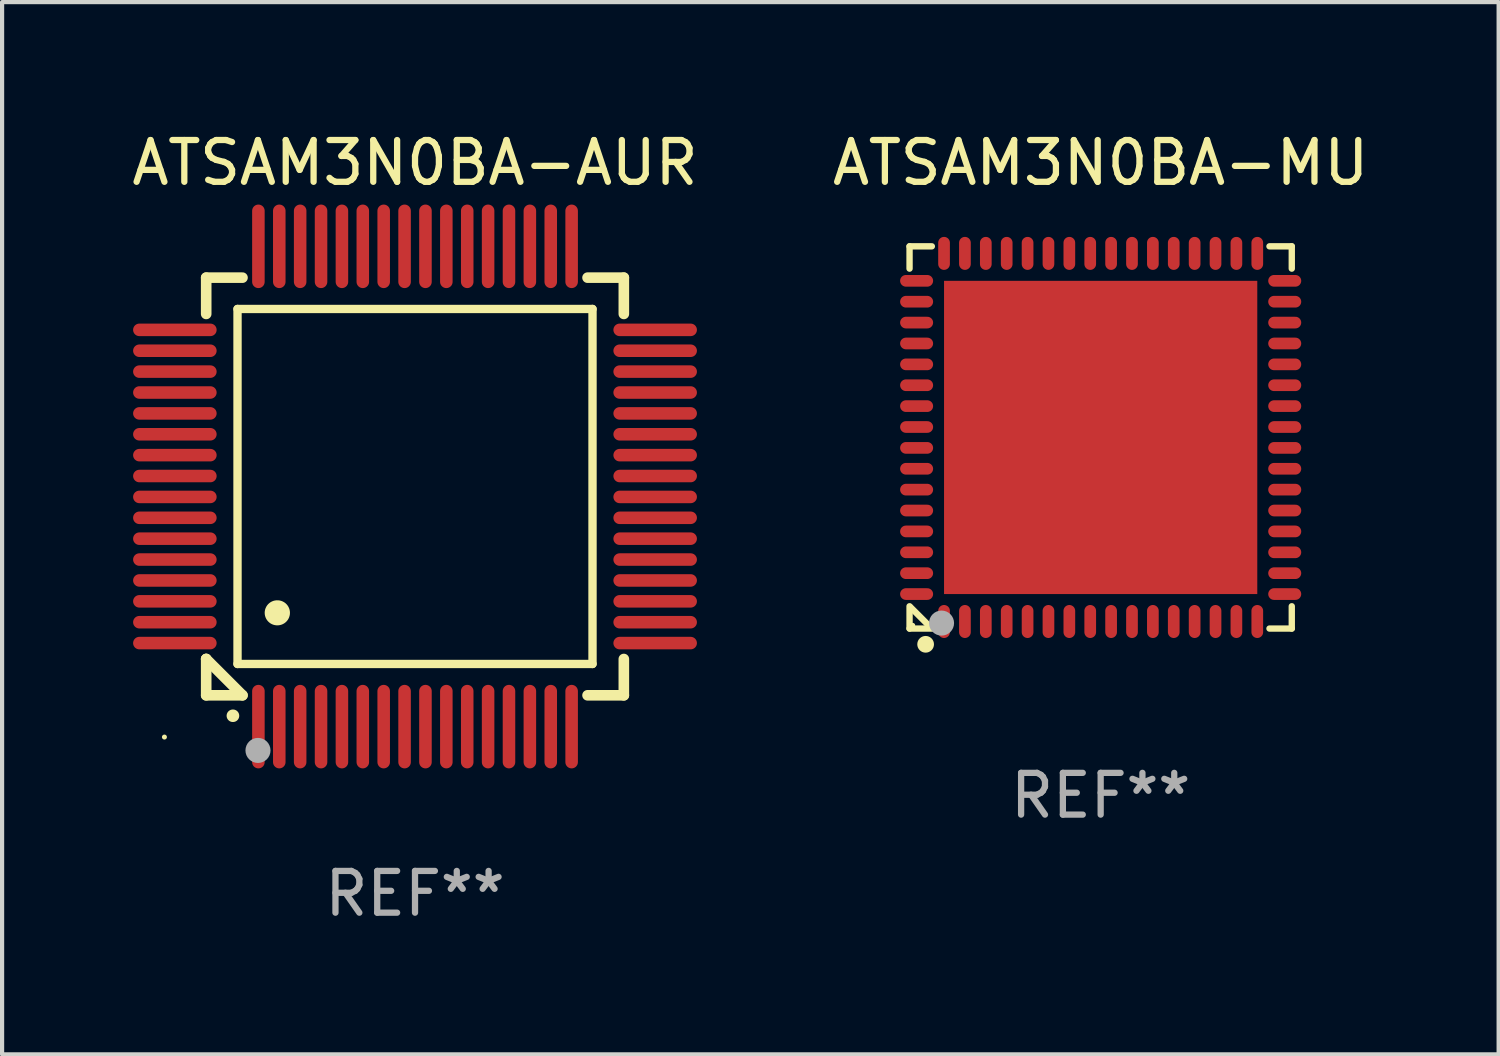
<source format=kicad_pcb>
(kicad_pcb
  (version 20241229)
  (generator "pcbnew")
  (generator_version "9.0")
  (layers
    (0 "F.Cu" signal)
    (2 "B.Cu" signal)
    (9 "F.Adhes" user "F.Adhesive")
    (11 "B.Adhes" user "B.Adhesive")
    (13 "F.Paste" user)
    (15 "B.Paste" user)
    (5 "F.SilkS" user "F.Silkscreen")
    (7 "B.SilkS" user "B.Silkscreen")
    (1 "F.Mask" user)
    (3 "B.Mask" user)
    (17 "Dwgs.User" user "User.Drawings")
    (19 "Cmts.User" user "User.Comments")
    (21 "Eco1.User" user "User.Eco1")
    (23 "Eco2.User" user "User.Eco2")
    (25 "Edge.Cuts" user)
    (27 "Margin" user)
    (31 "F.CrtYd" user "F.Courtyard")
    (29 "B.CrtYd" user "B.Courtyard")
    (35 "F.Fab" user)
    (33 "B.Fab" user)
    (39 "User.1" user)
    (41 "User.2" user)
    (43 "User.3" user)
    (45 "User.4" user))
  (footprint "ATSAM3N0BA-AUR"
    (layer "F.Cu")
    (at 6.887 8.598)
    (property "Reference" "ATSAM3N0BA-AUR" (at 0 -7.75 0) (layer "F.SilkS") (effects (font (size 1 1) (thickness 0.15))))
    (attr through_hole)
    (fp_line (start -5 -5) (end -4.131 -5) (stroke (width 0.254) (type solid)) (layer "F.SilkS"))
    (fp_line (start -5 -4.131) (end -5 -5) (stroke (width 0.254) (type solid)) (layer "F.SilkS"))
    (fp_line (start -5 4.131) (end -5 4.131) (stroke (width 0.254) (type solid)) (layer "F.SilkS"))
    (fp_line (start -5 5) (end -5 4.131) (stroke (width 0.254) (type solid)) (layer "F.SilkS"))
    (fp_line (start -5 4.131) (end -4.131 5) (stroke (width 0.254) (type solid)) (layer "F.SilkS"))
    (fp_line (start -4.25 -4.25) (end -4.25 4.25) (stroke (width 0.2) (type solid)) (layer "F.SilkS"))
    (fp_line (start -4.25 4.25) (end 4.25 4.25) (stroke (width 0.2) (type solid)) (layer "F.SilkS"))
    (fp_line (start -4.131 5) (end -5 5) (stroke (width 0.254) (type solid)) (layer "F.SilkS"))
    (fp_line (start 4.25 -4.25) (end -4.25 -4.25) (stroke (width 0.2) (type solid)) (layer "F.SilkS"))
    (fp_line (start 4.25 4.25) (end 4.25 -4.25) (stroke (width 0.2) (type solid)) (layer "F.SilkS"))
    (fp_line (start 5 -5) (end 4.131 -5) (stroke (width 0.254) (type solid)) (layer "F.SilkS"))
    (fp_line (start 5 -5) (end 5 -4.131) (stroke (width 0.254) (type solid)) (layer "F.SilkS"))
    (fp_line (start 5 4.131) (end 5 5) (stroke (width 0.254) (type solid)) (layer "F.SilkS"))
    (fp_line (start 5 5) (end 4.131 5) (stroke (width 0.254) (type solid)) (layer "F.SilkS"))
    (fp_arc (start -4.361265 5.489992) (mid -4.359995 5.489987) (end -4.358725 5.489992) (stroke (width 0.3) (type solid)) (layer "F.SilkS"))
    (fp_arc (start -3.299467 3.025146) (mid -3.296927 3.025135) (end -3.294387 3.025146) (stroke (width 0.6) (type solid)) (layer "F.SilkS"))
    (fp_circle (center -6 6) (end -5.97 6) (stroke (width 0.06) (type solid)) (fill no) (layer "F.SilkS"))
    (fp_circle (center -3.76 6.32) (end -3.61 6.32) (stroke (width 0.3) (type solid)) (fill no) (layer "F.Fab"))
    (fp_text user "REF**" (at 0 9.75 0) (layer "F.Fab") (effects (font (size 1 1) (thickness 0.15))))
    (pad "1" smd oval (at -3.75 5.75) (size 0.3 2) (layers "F.Cu" "F.Mask" "F.Paste"))
    (pad "2" smd oval (at -3.25 5.75) (size 0.3 2) (layers "F.Cu" "F.Mask" "F.Paste"))
    (pad "3" smd oval (at -2.75 5.75) (size 0.3 2) (layers "F.Cu" "F.Mask" "F.Paste"))
    (pad "4" smd oval (at -2.25 5.75) (size 0.3 2) (layers "F.Cu" "F.Mask" "F.Paste"))
    (pad "5" smd oval (at -1.75 5.75) (size 0.3 2) (layers "F.Cu" "F.Mask" "F.Paste"))
    (pad "6" smd oval (at -1.25 5.75) (size 0.3 2) (layers "F.Cu" "F.Mask" "F.Paste"))
    (pad "7" smd oval (at -0.75 5.75) (size 0.3 2) (layers "F.Cu" "F.Mask" "F.Paste"))
    (pad "8" smd oval (at -0.25 5.75) (size 0.3 2) (layers "F.Cu" "F.Mask" "F.Paste"))
    (pad "9" smd oval (at 0.25 5.75) (size 0.3 2) (layers "F.Cu" "F.Mask" "F.Paste"))
    (pad "10" smd oval (at 0.75 5.75) (size 0.3 2) (layers "F.Cu" "F.Mask" "F.Paste"))
    (pad "11" smd oval (at 1.25 5.75) (size 0.3 2) (layers "F.Cu" "F.Mask" "F.Paste"))
    (pad "12" smd oval (at 1.75 5.75) (size 0.3 2) (layers "F.Cu" "F.Mask" "F.Paste"))
    (pad "13" smd oval (at 2.25 5.75) (size 0.3 2) (layers "F.Cu" "F.Mask" "F.Paste"))
    (pad "14" smd oval (at 2.75 5.75) (size 0.3 2) (layers "F.Cu" "F.Mask" "F.Paste"))
    (pad "15" smd oval (at 3.25 5.75) (size 0.3 2) (layers "F.Cu" "F.Mask" "F.Paste"))
    (pad "16" smd oval (at 3.75 5.75) (size 0.3 2) (layers "F.Cu" "F.Mask" "F.Paste"))
    (pad "17" smd oval (at 5.75 3.75) (size 2 0.3) (layers "F.Cu" "F.Mask" "F.Paste"))
    (pad "18" smd oval (at 5.75 3.25) (size 2 0.3) (layers "F.Cu" "F.Mask" "F.Paste"))
    (pad "19" smd oval (at 5.75 2.75) (size 2 0.3) (layers "F.Cu" "F.Mask" "F.Paste"))
    (pad "20" smd oval (at 5.75 2.25) (size 2 0.3) (layers "F.Cu" "F.Mask" "F.Paste"))
    (pad "21" smd oval (at 5.75 1.75) (size 2 0.3) (layers "F.Cu" "F.Mask" "F.Paste"))
    (pad "22" smd oval (at 5.75 1.25) (size 2 0.3) (layers "F.Cu" "F.Mask" "F.Paste"))
    (pad "23" smd oval (at 5.75 0.75) (size 2 0.3) (layers "F.Cu" "F.Mask" "F.Paste"))
    (pad "24" smd oval (at 5.75 0.25) (size 2 0.3) (layers "F.Cu" "F.Mask" "F.Paste"))
    (pad "25" smd oval (at 5.75 -0.25) (size 2 0.3) (layers "F.Cu" "F.Mask" "F.Paste"))
    (pad "26" smd oval (at 5.75 -0.75) (size 2 0.3) (layers "F.Cu" "F.Mask" "F.Paste"))
    (pad "27" smd oval (at 5.75 -1.25) (size 2 0.3) (layers "F.Cu" "F.Mask" "F.Paste"))
    (pad "28" smd oval (at 5.75 -1.75) (size 2 0.3) (layers "F.Cu" "F.Mask" "F.Paste"))
    (pad "29" smd oval (at 5.75 -2.25) (size 2 0.3) (layers "F.Cu" "F.Mask" "F.Paste"))
    (pad "30" smd oval (at 5.75 -2.75) (size 2 0.3) (layers "F.Cu" "F.Mask" "F.Paste"))
    (pad "31" smd oval (at 5.75 -3.25) (size 2 0.3) (layers "F.Cu" "F.Mask" "F.Paste"))
    (pad "32" smd oval (at 5.75 -3.75) (size 2 0.3) (layers "F.Cu" "F.Mask" "F.Paste"))
    (pad "33" smd oval (at 3.75 -5.75) (size 0.3 2) (layers "F.Cu" "F.Mask" "F.Paste"))
    (pad "34" smd oval (at 3.25 -5.75) (size 0.3 2) (layers "F.Cu" "F.Mask" "F.Paste"))
    (pad "35" smd oval (at 2.75 -5.75) (size 0.3 2) (layers "F.Cu" "F.Mask" "F.Paste"))
    (pad "36" smd oval (at 2.25 -5.75) (size 0.3 2) (layers "F.Cu" "F.Mask" "F.Paste"))
    (pad "37" smd oval (at 1.75 -5.75) (size 0.3 2) (layers "F.Cu" "F.Mask" "F.Paste"))
    (pad "38" smd oval (at 1.25 -5.75) (size 0.3 2) (layers "F.Cu" "F.Mask" "F.Paste"))
    (pad "39" smd oval (at 0.75 -5.75) (size 0.3 2) (layers "F.Cu" "F.Mask" "F.Paste"))
    (pad "40" smd oval (at 0.25 -5.75) (size 0.3 2) (layers "F.Cu" "F.Mask" "F.Paste"))
    (pad "41" smd oval (at -0.25 -5.75) (size 0.3 2) (layers "F.Cu" "F.Mask" "F.Paste"))
    (pad "42" smd oval (at -0.75 -5.75) (size 0.3 2) (layers "F.Cu" "F.Mask" "F.Paste"))
    (pad "43" smd oval (at -1.25 -5.75) (size 0.3 2) (layers "F.Cu" "F.Mask" "F.Paste"))
    (pad "44" smd oval (at -1.75 -5.75) (size 0.3 2) (layers "F.Cu" "F.Mask" "F.Paste"))
    (pad "45" smd oval (at -2.25 -5.75) (size 0.3 2) (layers "F.Cu" "F.Mask" "F.Paste"))
    (pad "46" smd oval (at -2.75 -5.75) (size 0.3 2) (layers "F.Cu" "F.Mask" "F.Paste"))
    (pad "47" smd oval (at -3.25 -5.75) (size 0.3 2) (layers "F.Cu" "F.Mask" "F.Paste"))
    (pad "48" smd oval (at -3.75 -5.75) (size 0.3 2) (layers "F.Cu" "F.Mask" "F.Paste"))
    (pad "49" smd oval (at -5.75 -3.75) (size 2 0.3) (layers "F.Cu" "F.Mask" "F.Paste"))
    (pad "50" smd oval (at -5.75 -3.25) (size 2 0.3) (layers "F.Cu" "F.Mask" "F.Paste"))
    (pad "51" smd oval (at -5.75 -2.75) (size 2 0.3) (layers "F.Cu" "F.Mask" "F.Paste"))
    (pad "52" smd oval (at -5.75 -2.25) (size 2 0.3) (layers "F.Cu" "F.Mask" "F.Paste"))
    (pad "53" smd oval (at -5.75 -1.75) (size 2 0.3) (layers "F.Cu" "F.Mask" "F.Paste"))
    (pad "54" smd oval (at -5.75 -1.25) (size 2 0.3) (layers "F.Cu" "F.Mask" "F.Paste"))
    (pad "55" smd oval (at -5.75 -0.75) (size 2 0.3) (layers "F.Cu" "F.Mask" "F.Paste"))
    (pad "56" smd oval (at -5.75 -0.25) (size 2 0.3) (layers "F.Cu" "F.Mask" "F.Paste"))
    (pad "57" smd oval (at -5.75 0.25) (size 2 0.3) (layers "F.Cu" "F.Mask" "F.Paste"))
    (pad "58" smd oval (at -5.75 0.75) (size 2 0.3) (layers "F.Cu" "F.Mask" "F.Paste"))
    (pad "59" smd oval (at -5.75 1.25) (size 2 0.3) (layers "F.Cu" "F.Mask" "F.Paste"))
    (pad "60" smd oval (at -5.75 1.75) (size 2 0.3) (layers "F.Cu" "F.Mask" "F.Paste"))
    (pad "61" smd oval (at -5.75 2.25) (size 2 0.3) (layers "F.Cu" "F.Mask" "F.Paste"))
    (pad "62" smd oval (at -5.75 2.75) (size 2 0.3) (layers "F.Cu" "F.Mask" "F.Paste"))
    (pad "63" smd oval (at -5.75 3.25) (size 2 0.3) (layers "F.Cu" "F.Mask" "F.Paste"))
    (pad "64" smd oval (at -5.75 3.75) (size 2 0.3) (layers "F.Cu" "F.Mask" "F.Paste")))
  (footprint "ATSAM3N0BA-MU"
    (layer "F.Cu")
    (at 23.304 7.424)
    (property "Reference" "ATSAM3N0BA-MU" (at 0 -6.576 0) (layer "F.SilkS") (effects (font (size 1 1) (thickness 0.15))))
    (attr through_hole)
    (fp_line (start -4.576 -4.576) (end -4.576 -4.042) (stroke (width 0.152) (type solid)) (layer "F.SilkS"))
    (fp_line (start -4.576 4.576) (end -4.576 4.042) (stroke (width 0.152) (type solid)) (layer "F.SilkS"))
    (fp_line (start -4.069 4.549) (end -4.549 4.069) (stroke (width 0.152) (type solid)) (layer "F.SilkS"))
    (fp_line (start -4.042 -4.576) (end -4.576 -4.576) (stroke (width 0.152) (type solid)) (layer "F.SilkS"))
    (fp_line (start -4.042 4.576) (end -4.576 4.576) (stroke (width 0.152) (type solid)) (layer "F.SilkS"))
    (fp_line (start 4.042 -4.576) (end 4.576 -4.576) (stroke (width 0.152) (type solid)) (layer "F.SilkS"))
    (fp_line (start 4.042 4.576) (end 4.576 4.576) (stroke (width 0.152) (type solid)) (layer "F.SilkS"))
    (fp_line (start 4.576 -4.576) (end 4.576 -4.042) (stroke (width 0.152) (type solid)) (layer "F.SilkS"))
    (fp_line (start 4.576 4.576) (end 4.576 4.042) (stroke (width 0.152) (type solid)) (layer "F.SilkS"))
    (fp_circle (center -4.5 4.5) (end -4.47 4.5) (stroke (width 0.06) (type solid)) (fill no) (layer "F.SilkS"))
    (fp_circle (center -4.191 4.953) (end -4.091 4.953) (stroke (width 0.2) (type solid)) (fill no) (layer "F.SilkS"))
    (fp_circle (center -3.81 4.445) (end -3.66 4.445) (stroke (width 0.3) (type solid)) (fill no) (layer "F.Fab"))
    (fp_text user "REF**" (at 0 8.576 0) (layer "F.Fab") (effects (font (size 1 1) (thickness 0.15))))
    (pad "1" smd oval (at -3.75 4.407) (size 0.28 0.79) (layers "F.Cu" "F.Mask" "F.Paste"))
    (pad "2" smd oval (at -3.25 4.407) (size 0.28 0.79) (layers "F.Cu" "F.Mask" "F.Paste"))
    (pad "3" smd oval (at -2.75 4.407) (size 0.28 0.79) (layers "F.Cu" "F.Mask" "F.Paste"))
    (pad "4" smd oval (at -2.25 4.407) (size 0.28 0.79) (layers "F.Cu" "F.Mask" "F.Paste"))
    (pad "5" smd oval (at -1.75 4.407) (size 0.28 0.79) (layers "F.Cu" "F.Mask" "F.Paste"))
    (pad "6" smd oval (at -1.25 4.407) (size 0.28 0.79) (layers "F.Cu" "F.Mask" "F.Paste"))
    (pad "7" smd oval (at -0.75 4.407) (size 0.28 0.79) (layers "F.Cu" "F.Mask" "F.Paste"))
    (pad "8" smd oval (at -0.25 4.407) (size 0.28 0.79) (layers "F.Cu" "F.Mask" "F.Paste"))
    (pad "9" smd oval (at 0.25 4.407) (size 0.28 0.79) (layers "F.Cu" "F.Mask" "F.Paste"))
    (pad "10" smd oval (at 0.75 4.407) (size 0.28 0.79) (layers "F.Cu" "F.Mask" "F.Paste"))
    (pad "11" smd oval (at 1.25 4.407) (size 0.28 0.79) (layers "F.Cu" "F.Mask" "F.Paste"))
    (pad "12" smd oval (at 1.75 4.407) (size 0.28 0.79) (layers "F.Cu" "F.Mask" "F.Paste"))
    (pad "13" smd oval (at 2.25 4.407) (size 0.28 0.79) (layers "F.Cu" "F.Mask" "F.Paste"))
    (pad "14" smd oval (at 2.75 4.407) (size 0.28 0.79) (layers "F.Cu" "F.Mask" "F.Paste"))
    (pad "15" smd oval (at 3.25 4.407) (size 0.28 0.79) (layers "F.Cu" "F.Mask" "F.Paste"))
    (pad "16" smd oval (at 3.75 4.407) (size 0.28 0.79) (layers "F.Cu" "F.Mask" "F.Paste"))
    (pad "17" smd oval (at 4.407 3.75) (size 0.79 0.28) (layers "F.Cu" "F.Mask" "F.Paste"))
    (pad "18" smd oval (at 4.407 3.25) (size 0.79 0.28) (layers "F.Cu" "F.Mask" "F.Paste"))
    (pad "19" smd oval (at 4.407 2.75) (size 0.79 0.28) (layers "F.Cu" "F.Mask" "F.Paste"))
    (pad "20" smd oval (at 4.407 2.25) (size 0.79 0.28) (layers "F.Cu" "F.Mask" "F.Paste"))
    (pad "21" smd oval (at 4.407 1.75) (size 0.79 0.28) (layers "F.Cu" "F.Mask" "F.Paste"))
    (pad "22" smd oval (at 4.407 1.25) (size 0.79 0.28) (layers "F.Cu" "F.Mask" "F.Paste"))
    (pad "23" smd oval (at 4.407 0.75) (size 0.79 0.28) (layers "F.Cu" "F.Mask" "F.Paste"))
    (pad "24" smd oval (at 4.407 0.25) (size 0.79 0.28) (layers "F.Cu" "F.Mask" "F.Paste"))
    (pad "25" smd oval (at 4.407 -0.25) (size 0.79 0.28) (layers "F.Cu" "F.Mask" "F.Paste"))
    (pad "26" smd oval (at 4.407 -0.75) (size 0.79 0.28) (layers "F.Cu" "F.Mask" "F.Paste"))
    (pad "27" smd oval (at 4.407 -1.25) (size 0.79 0.28) (layers "F.Cu" "F.Mask" "F.Paste"))
    (pad "28" smd oval (at 4.407 -1.75) (size 0.79 0.28) (layers "F.Cu" "F.Mask" "F.Paste"))
    (pad "29" smd oval (at 4.407 -2.25) (size 0.79 0.28) (layers "F.Cu" "F.Mask" "F.Paste"))
    (pad "30" smd oval (at 4.407 -2.75) (size 0.79 0.28) (layers "F.Cu" "F.Mask" "F.Paste"))
    (pad "31" smd oval (at 4.407 -3.25) (size 0.79 0.28) (layers "F.Cu" "F.Mask" "F.Paste"))
    (pad "32" smd oval (at 4.407 -3.75) (size 0.79 0.28) (layers "F.Cu" "F.Mask" "F.Paste"))
    (pad "33" smd oval (at 3.75 -4.407) (size 0.28 0.79) (layers "F.Cu" "F.Mask" "F.Paste"))
    (pad "34" smd oval (at 3.25 -4.407) (size 0.28 0.79) (layers "F.Cu" "F.Mask" "F.Paste"))
    (pad "35" smd oval (at 2.75 -4.407) (size 0.28 0.79) (layers "F.Cu" "F.Mask" "F.Paste"))
    (pad "36" smd oval (at 2.25 -4.407) (size 0.28 0.79) (layers "F.Cu" "F.Mask" "F.Paste"))
    (pad "37" smd oval (at 1.75 -4.407) (size 0.28 0.79) (layers "F.Cu" "F.Mask" "F.Paste"))
    (pad "38" smd oval (at 1.25 -4.407) (size 0.28 0.79) (layers "F.Cu" "F.Mask" "F.Paste"))
    (pad "39" smd oval (at 0.75 -4.407) (size 0.28 0.79) (layers "F.Cu" "F.Mask" "F.Paste"))
    (pad "40" smd oval (at 0.25 -4.407) (size 0.28 0.79) (layers "F.Cu" "F.Mask" "F.Paste"))
    (pad "41" smd oval (at -0.25 -4.407) (size 0.28 0.79) (layers "F.Cu" "F.Mask" "F.Paste"))
    (pad "42" smd oval (at -0.75 -4.407) (size 0.28 0.79) (layers "F.Cu" "F.Mask" "F.Paste"))
    (pad "43" smd oval (at -1.25 -4.407) (size 0.28 0.79) (layers "F.Cu" "F.Mask" "F.Paste"))
    (pad "44" smd oval (at -1.75 -4.407) (size 0.28 0.79) (layers "F.Cu" "F.Mask" "F.Paste"))
    (pad "45" smd oval (at -2.25 -4.407) (size 0.28 0.79) (layers "F.Cu" "F.Mask" "F.Paste"))
    (pad "46" smd oval (at -2.75 -4.407) (size 0.28 0.79) (layers "F.Cu" "F.Mask" "F.Paste"))
    (pad "47" smd oval (at -3.25 -4.407) (size 0.28 0.79) (layers "F.Cu" "F.Mask" "F.Paste"))
    (pad "48" smd oval (at -3.75 -4.407) (size 0.28 0.79) (layers "F.Cu" "F.Mask" "F.Paste"))
    (pad "49" smd oval (at -4.407 -3.75) (size 0.79 0.28) (layers "F.Cu" "F.Mask" "F.Paste"))
    (pad "50" smd oval (at -4.407 -3.25) (size 0.79 0.28) (layers "F.Cu" "F.Mask" "F.Paste"))
    (pad "51" smd oval (at -4.407 -2.75) (size 0.79 0.28) (layers "F.Cu" "F.Mask" "F.Paste"))
    (pad "52" smd oval (at -4.407 -2.25) (size 0.79 0.28) (layers "F.Cu" "F.Mask" "F.Paste"))
    (pad "53" smd oval (at -4.407 -1.75) (size 0.79 0.28) (layers "F.Cu" "F.Mask" "F.Paste"))
    (pad "54" smd oval (at -4.407 -1.25) (size 0.79 0.28) (layers "F.Cu" "F.Mask" "F.Paste"))
    (pad "55" smd oval (at -4.407 -0.75) (size 0.79 0.28) (layers "F.Cu" "F.Mask" "F.Paste"))
    (pad "56" smd oval (at -4.407 -0.25) (size 0.79 0.28) (layers "F.Cu" "F.Mask" "F.Paste"))
    (pad "57" smd oval (at -4.407 0.25) (size 0.79 0.28) (layers "F.Cu" "F.Mask" "F.Paste"))
    (pad "58" smd oval (at -4.407 0.75) (size 0.79 0.28) (layers "F.Cu" "F.Mask" "F.Paste"))
    (pad "59" smd oval (at -4.407 1.25) (size 0.79 0.28) (layers "F.Cu" "F.Mask" "F.Paste"))
    (pad "60" smd oval (at -4.407 1.75) (size 0.79 0.28) (layers "F.Cu" "F.Mask" "F.Paste"))
    (pad "61" smd oval (at -4.407 2.25) (size 0.79 0.28) (layers "F.Cu" "F.Mask" "F.Paste"))
    (pad "62" smd oval (at -4.407 2.75) (size 0.79 0.28) (layers "F.Cu" "F.Mask" "F.Paste"))
    (pad "63" smd oval (at -4.407 3.25) (size 0.79 0.28) (layers "F.Cu" "F.Mask" "F.Paste"))
    (pad "64" smd oval (at -4.407 3.75) (size 0.79 0.28) (layers "F.Cu" "F.Mask" "F.Paste"))
    (pad "65" smd rect (at 0 0) (size 7.5 7.5) (layers "F.Cu" "F.Mask" "F.Paste")))
  (gr_rect
    (start -3 -3)
    (end 32.833 22.196)
    (stroke (width 0.1) (type default))
    (fill no)
    (layer "Edge.Cuts")))
</source>
